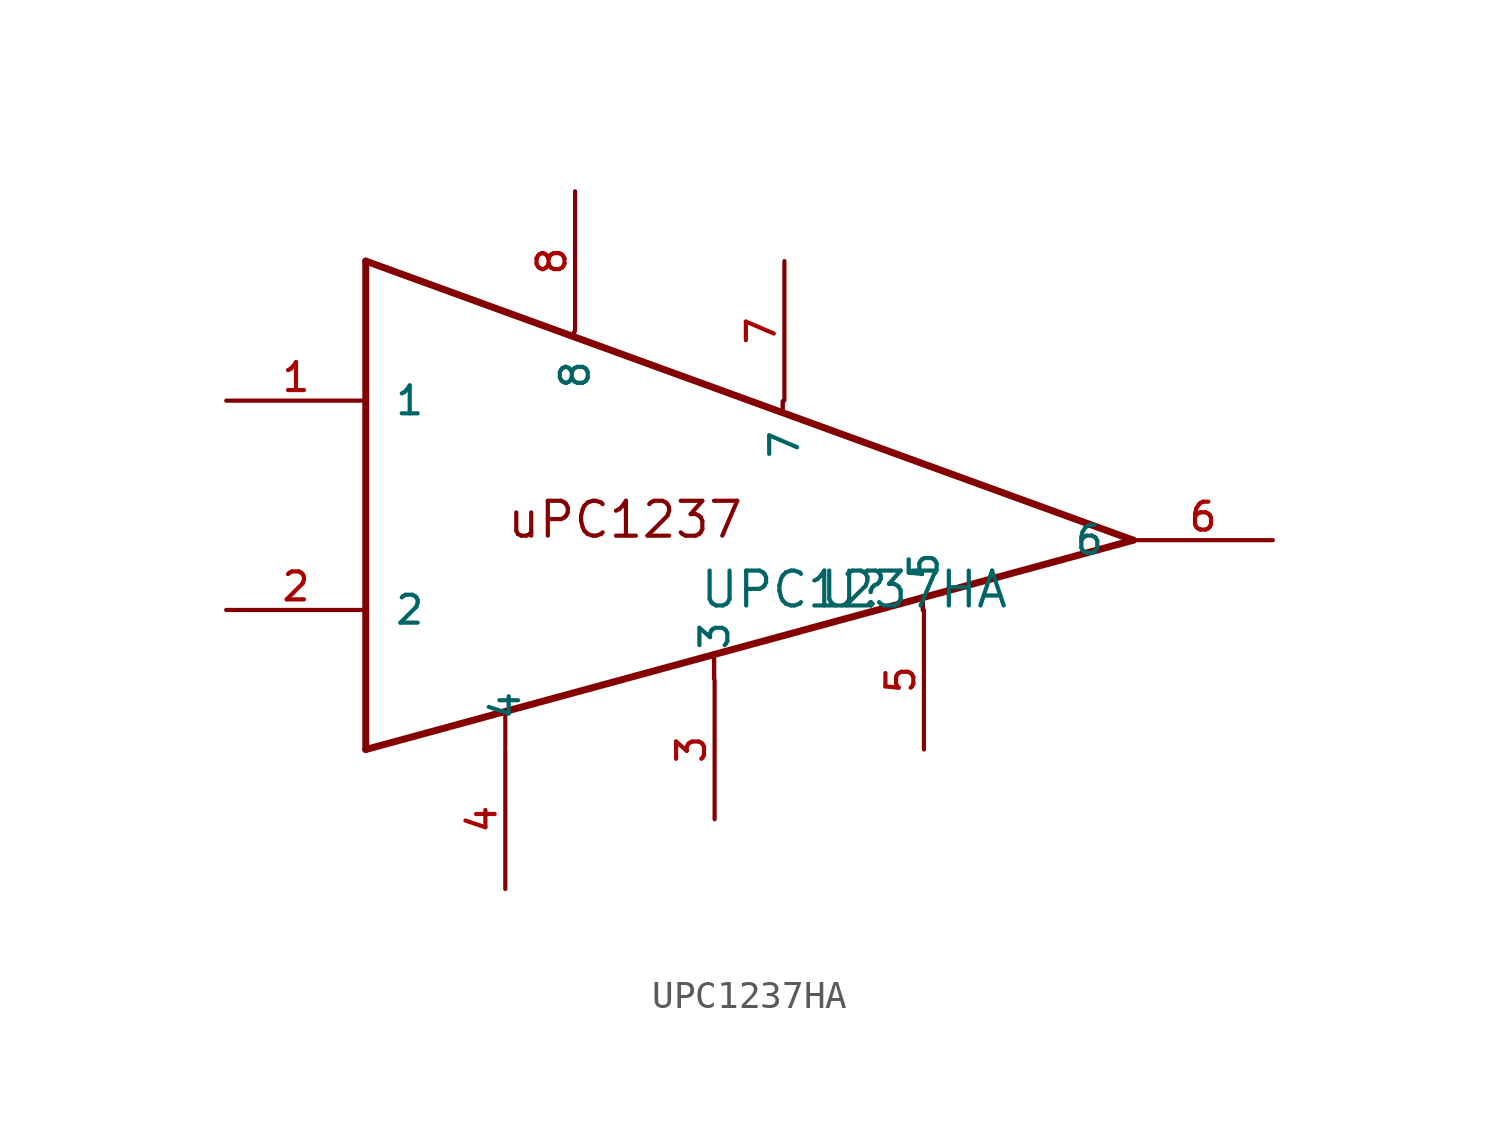
<source format=kicad_sym>
(kicad_symbol_lib
  (version 20220914)
  (generator kicad_symbol_editor)
  (symbol "UPC1237HA"
    (pin_names
      (offset 1.016))
    (property "Reference" "U"
      (at 0 0 0)
      (effects (font (size 1.27 1.27)) (justify bottom)))
    (property "Value" "UPC1237HA"
      (at 0 0 0)
      (effects (font (size 1.27 1.27)) (justify bottom)))
    (symbol "UPC1237HA_0_0"
      (polyline (pts (xy -17.78 -5.08) (xy -17.78 12.7)) (stroke (width 0.254) (type default)) (fill (type none)))
      (polyline (pts (xy -17.78 12.7) (xy 10.16 2.54)) (stroke (width 0.254) (type default)) (fill (type none)))
      (polyline (pts (xy -12.7 -5) (xy -12.7 -3.7)) (stroke (width 0.15) (type default)) (fill (type none)))
      (polyline (pts (xy -10.2 10.1) (xy -10.2 10)) (stroke (width 0.16) (type default)) (fill (type none)))
      (polyline (pts (xy -5.1 -2.5) (xy -5.1 -1.6)) (stroke (width 0.16) (type default)) (fill (type none)))
      (polyline (pts (xy -2.6 7.6) (xy -2.6 7.3)) (stroke (width 0.16) (type default)) (fill (type none)))
      (polyline (pts (xy 2.5 0) (xy 2.5 0.5)) (stroke (width 0.16) (type default)) (fill (type none)))
      (polyline (pts (xy 10.16 2.54) (xy -17.78 -5.08)) (stroke (width 0.254) (type default)) (fill (type none)))
      (text "uPC1237" (at -12.703 2.541 0) (effects (font (size 1.27 1.27)) (justify left bottom)))
      (pin bidirectional line (at -22.86 7.62 0) (length 5.08) (name "1" (effects (font (size 1.016 1.016)))) (number "1" (effects (font (size 1.016 1.016)))))
      (pin bidirectional line (at -22.86 0 0) (length 5.08) (name "2" (effects (font (size 1.016 1.016)))) (number "2" (effects (font (size 1.016 1.016)))))
      (pin bidirectional line (at -5.08 -7.62 90) (length 5.08) (name "3" (effects (font (size 1.016 1.016)))) (number "3" (effects (font (size 1.016 1.016)))))
      (pin bidirectional line (at -12.7 -10.16 90) (length 5.08) (name "4" (effects (font (size 1.016 1.016)))) (number "4" (effects (font (size 1.016 1.016)))))
      (pin bidirectional line (at 2.54 -5.08 90) (length 5.08) (name "5" (effects (font (size 1.016 1.016)))) (number "5" (effects (font (size 1.016 1.016)))))
      (pin bidirectional line (at 15.24 2.54 180) (length 5.08) (name "6" (effects (font (size 1.016 1.016)))) (number "6" (effects (font (size 1.016 1.016)))))
      (pin bidirectional line (at -2.54 12.7 270) (length 5.08) (name "7" (effects (font (size 1.016 1.016)))) (number "7" (effects (font (size 1.016 1.016)))))
      (pin bidirectional line (at -10.16 15.24 270) (length 5.08) (name "8" (effects (font (size 1.016 1.016)))) (number "8" (effects (font (size 1.016 1.016))))))))
</source>
